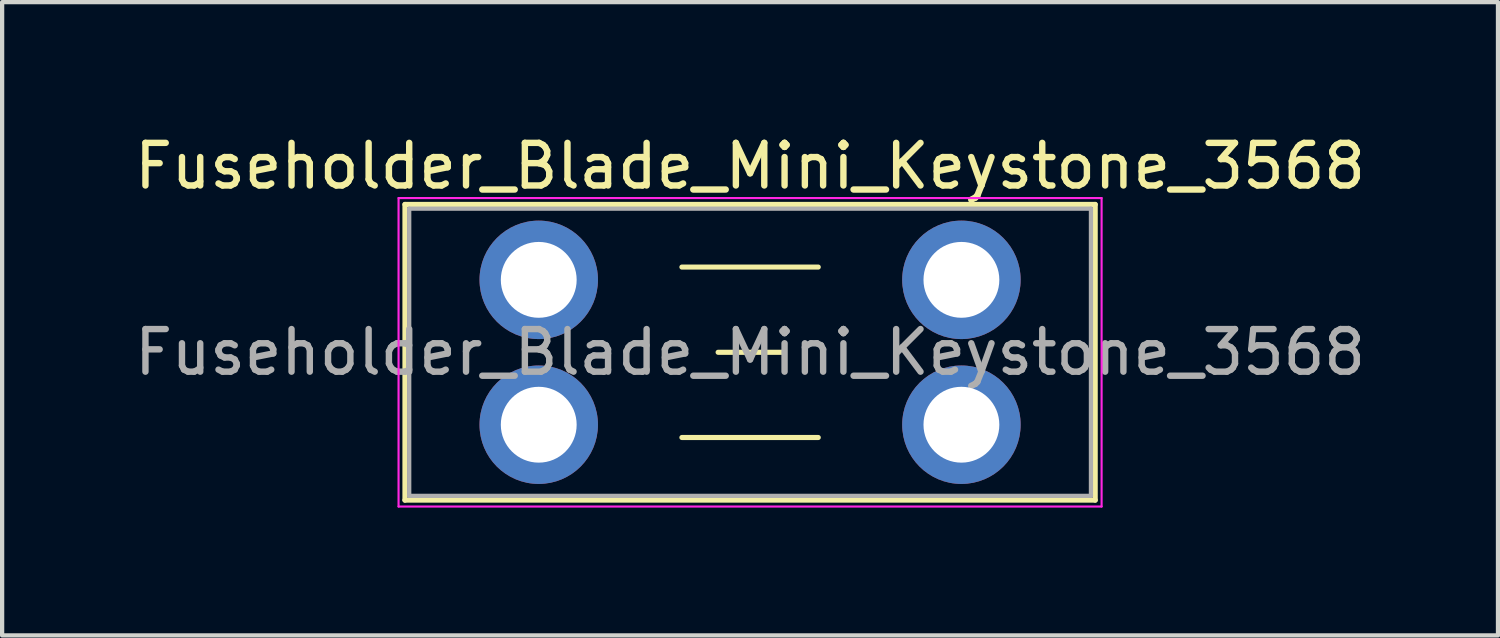
<source format=kicad_pcb>
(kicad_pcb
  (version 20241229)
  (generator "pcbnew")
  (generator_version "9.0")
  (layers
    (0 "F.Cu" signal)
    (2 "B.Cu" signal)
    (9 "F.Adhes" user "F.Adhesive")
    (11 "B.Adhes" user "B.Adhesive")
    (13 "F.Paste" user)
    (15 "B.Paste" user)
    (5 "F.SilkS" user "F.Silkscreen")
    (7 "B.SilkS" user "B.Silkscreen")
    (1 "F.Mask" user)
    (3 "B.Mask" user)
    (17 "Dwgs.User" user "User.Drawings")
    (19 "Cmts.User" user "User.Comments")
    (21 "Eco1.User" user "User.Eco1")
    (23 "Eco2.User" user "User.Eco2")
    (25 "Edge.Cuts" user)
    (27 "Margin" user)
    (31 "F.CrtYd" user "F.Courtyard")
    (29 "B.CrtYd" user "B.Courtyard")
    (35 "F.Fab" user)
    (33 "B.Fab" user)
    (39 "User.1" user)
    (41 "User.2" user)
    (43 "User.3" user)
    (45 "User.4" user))
  (footprint "Fuseholder_Blade_Mini_Keystone_3568"
    (layer "F.Cu")
    (at 9.594 3.518)
    (property "Reference" "Fuseholder_Blade_Mini_Keystone_3568" (at 4.96 -2.67 0) (layer "F.SilkS") (effects (font (size 1 1) (thickness 0.15))))
    (attr through_hole)
    (fp_line (start -3.14 -1.77) (end -3.14 5.17) (stroke (width 0.12) (type solid)) (layer "F.SilkS"))
    (fp_line (start -3.14 5.17) (end 13.06 5.17) (stroke (width 0.12) (type solid)) (layer "F.SilkS"))
    (fp_line (start 3.36 -0.3) (end 6.56 -0.3) (stroke (width 0.12) (type solid)) (layer "F.SilkS"))
    (fp_line (start 4.21 1.7) (end 5.71 1.7) (stroke (width 0.12) (type solid)) (layer "F.SilkS"))
    (fp_line (start 6.56 3.7) (end 3.36 3.7) (stroke (width 0.12) (type solid)) (layer "F.SilkS"))
    (fp_line (start 13.06 -1.77) (end -3.14 -1.77) (stroke (width 0.12) (type solid)) (layer "F.SilkS"))
    (fp_line (start 13.06 5.17) (end 13.06 -1.77) (stroke (width 0.12) (type solid)) (layer "F.SilkS"))
    (fp_line (start -3.29 -1.92) (end -3.29 5.32) (stroke (width 0.05) (type solid)) (layer "F.CrtYd"))
    (fp_line (start -3.29 5.32) (end 13.21 5.32) (stroke (width 0.05) (type solid)) (layer "F.CrtYd"))
    (fp_line (start 13.21 -1.92) (end -3.29 -1.92) (stroke (width 0.05) (type solid)) (layer "F.CrtYd"))
    (fp_line (start 13.21 5.32) (end 13.21 -1.92) (stroke (width 0.05) (type solid)) (layer "F.CrtYd"))
    (fp_line (start -3.04 -1.67) (end -3.04 5.07) (stroke (width 0.1) (type solid)) (layer "F.Fab"))
    (fp_line (start -3.04 5.07) (end 12.96 5.07) (stroke (width 0.1) (type solid)) (layer "F.Fab"))
    (fp_line (start 12.96 -1.67) (end -3.04 -1.67) (stroke (width 0.1) (type solid)) (layer "F.Fab"))
    (fp_line (start 12.96 5.07) (end 12.96 -1.67) (stroke (width 0.1) (type solid)) (layer "F.Fab"))
    (fp_text user "${REFERENCE}" (at 4.96 1.7 0) (layer "F.Fab") (effects (font (size 1 1) (thickness 0.15))))
    (pad "1" thru_hole circle (at 0 0) (size 2.78 2.78) (drill 1.78) (layers "*.Cu" "*.Mask"))
    (pad "1" thru_hole circle (at 0 3.4) (size 2.78 2.78) (drill 1.78) (layers "*.Cu" "*.Mask"))
    (pad "2" thru_hole circle (at 9.92 0) (size 2.78 2.78) (drill 1.78) (layers "*.Cu" "*.Mask"))
    (pad "2" thru_hole circle (at 9.92 3.4) (size 2.78 2.78) (drill 1.78) (layers "*.Cu" "*.Mask")))
  (gr_rect
    (start -3 -3)
    (end 32.107 11.863)
    (stroke (width 0.1) (type default))
    (fill no)
    (layer "Edge.Cuts")))
</source>
